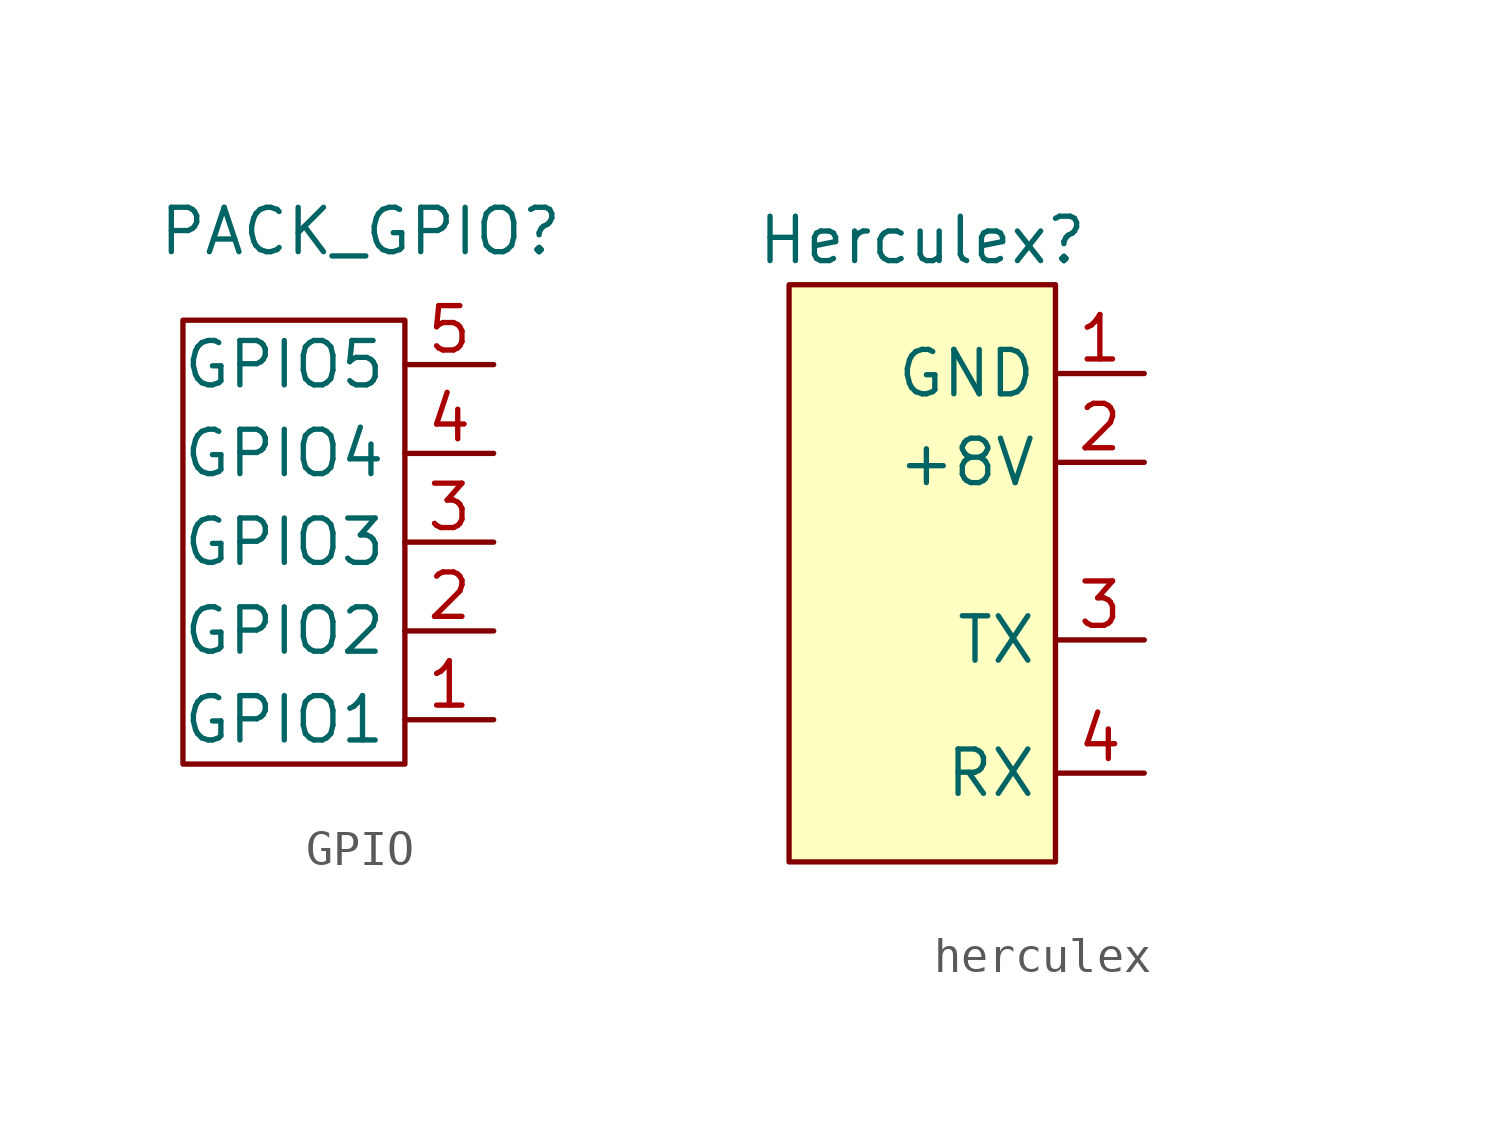
<source format=kicad_sym>
(kicad_symbol_lib
  (version 20220914)
  (generator kicad_symbol_editor)
  (symbol "GPIO"
    (property "Reference" "PACK_GPIO"
      (at 1.27 0 0)
      (effects (font (size 1.27 1.27))))
    (property "Value" ""
      (at 3.81 0 0)
      (effects (font (size 1.27 1.27))))
    (symbol "GPIO_0_1"
      (rectangle (start -3.81 -15.24) (end 2.54 -2.54) (stroke (width 0) (type default)) (fill (type none))))
    (symbol "GPIO_1_1"
      (pin output line (at 5.08 -13.97 180) (length 2.54) (name "GPIO1" (effects (font (size 1.27 1.27)))) (number "1" (effects (font (size 1.27 1.27)))))
      (pin output line (at 5.08 -11.43 180) (length 2.54) (name "GPIO2" (effects (font (size 1.27 1.27)))) (number "2" (effects (font (size 1.27 1.27)))))
      (pin output line (at 5.08 -8.89 180) (length 2.54) (name "GPIO3" (effects (font (size 1.27 1.27)))) (number "3" (effects (font (size 1.27 1.27)))))
      (pin output line (at 5.08 -6.35 180) (length 2.54) (name "GPIO4" (effects (font (size 1.27 1.27)))) (number "4" (effects (font (size 1.27 1.27)))))
      (pin output line (at 5.08 -3.81 180) (length 2.54) (name "GPIO5" (effects (font (size 1.27 1.27)))) (number "5" (effects (font (size 1.27 1.27)))))))
  (symbol "herculex"
    (property "Reference" "Herculex"
      (at -10.16 5.08 0)
      (effects (font (size 1.27 1.27))))
    (property "Value" ""
      (at 0.635 -4.445 90)
      (effects (font (size 1.27 1.27))))
    (symbol "herculex_0_1"
      (rectangle (start -13.97 3.81) (end -6.35 -12.7) (stroke (width 0) (type default)) (fill (type background))))
    (symbol "herculex_1_1"
      (pin power_in line (at -3.81 1.27 180) (length 2.54) (name "GND" (effects (font (size 1.27 1.27)))) (number "1" (effects (font (size 1.27 1.27)))))
      (pin power_in line (at -3.81 -1.27 180) (length 2.54) (name "+8V" (effects (font (size 1.27 1.27)))) (number "2" (effects (font (size 1.27 1.27)))))
      (pin output line (at -3.81 -6.35 180) (length 2.54) (name "TX" (effects (font (size 1.27 1.27)))) (number "3" (effects (font (size 1.27 1.27)))))
      (pin output line (at -3.81 -10.16 180) (length 2.54) (name "RX" (effects (font (size 1.27 1.27)))) (number "4" (effects (font (size 1.27 1.27))))))))
</source>
